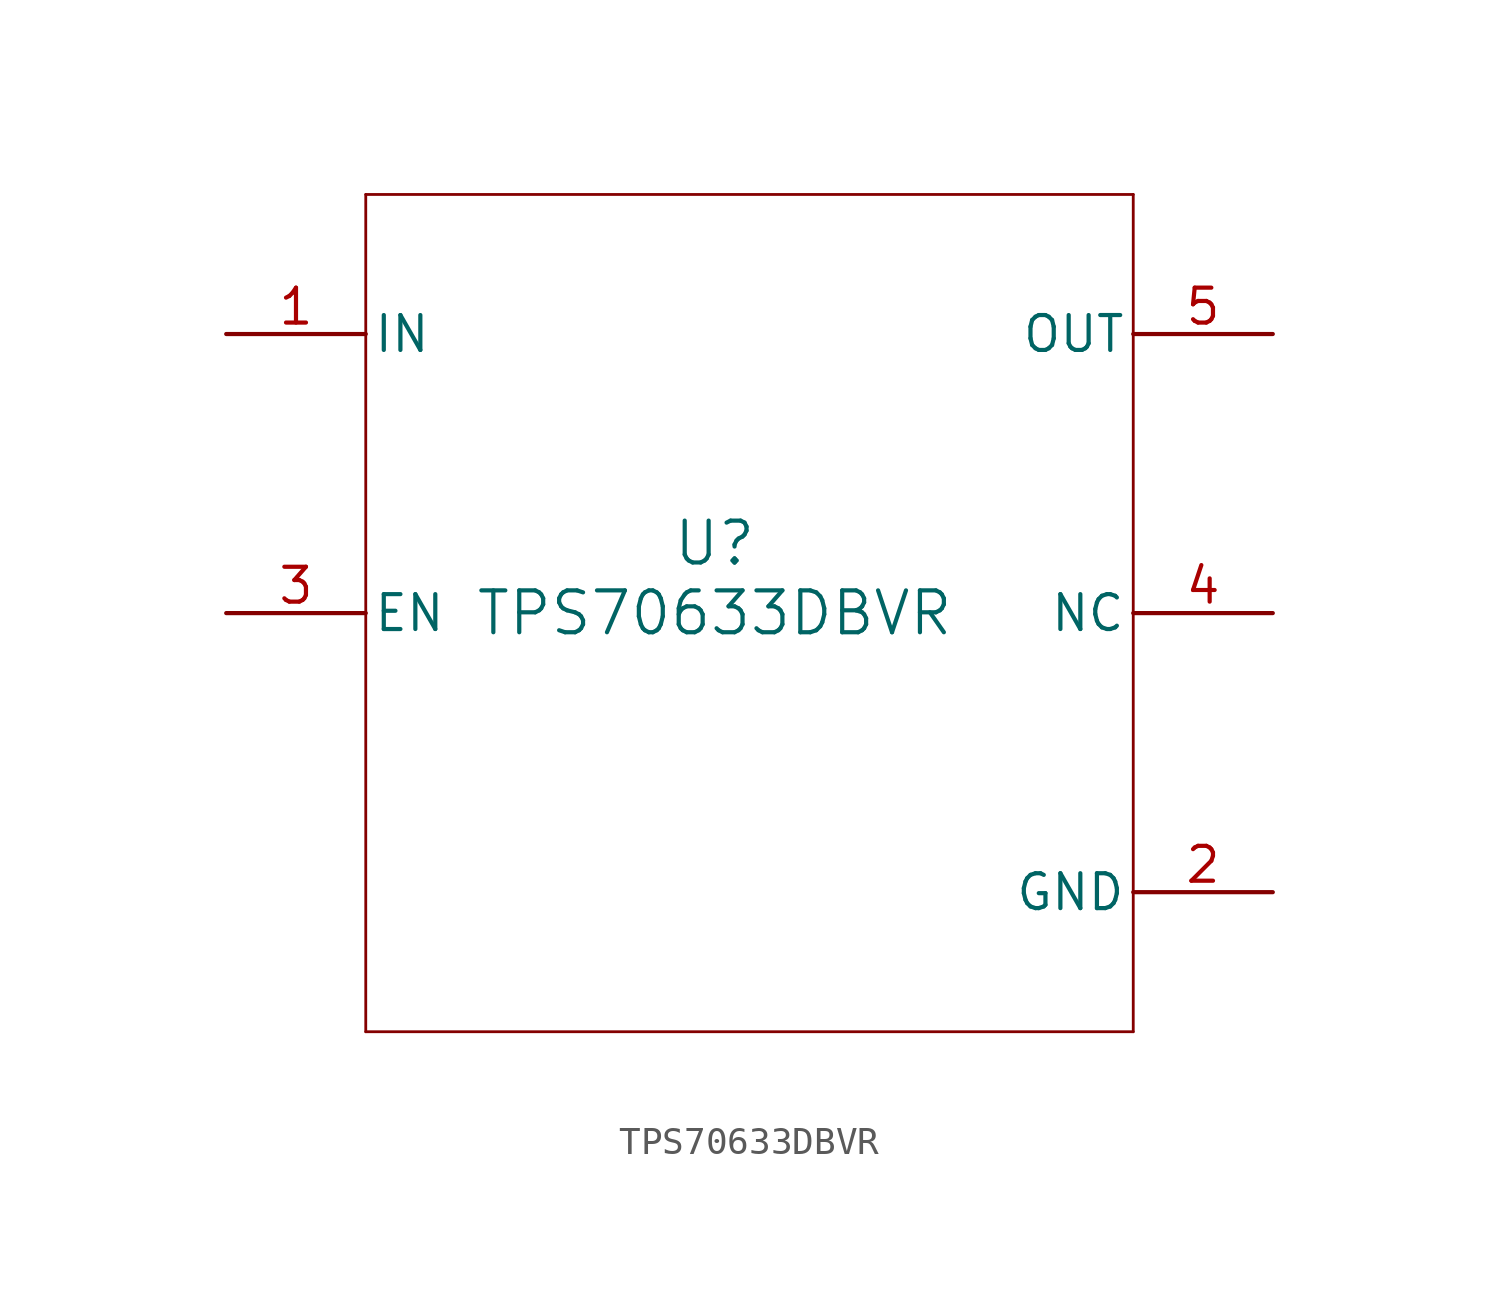
<source format=kicad_sym>
(kicad_symbol_lib
  (version 20211014)
  (generator kicad_symbol_editor)
  (symbol "TPS70633DBVR"
    (pin_names
      (offset 0.254))
    (property "Reference" "U"
      (at 0 2.54 0)
      (effects (font (size 1.524 1.524))))
    (property "Value" "TPS70633DBVR"
      (at 0 0 0)
      (effects (font (size 1.524 1.524))))
    (symbol "TPS70633DBVR_0_1"
      (polyline (pts (xy -12.7 -15.24) (xy 15.24 -15.24)) (stroke (width 0.102) (type default) (color 0 0 0 0)) (fill (type none)))
      (polyline (pts (xy 15.24 -15.24) (xy 15.24 15.24)) (stroke (width 0.102) (type default) (color 0 0 0 0)) (fill (type none)))
      (polyline (pts (xy 15.24 15.24) (xy -12.7 15.24)) (stroke (width 0.102) (type default) (color 0 0 0 0)) (fill (type none)))
      (polyline (pts (xy -12.7 15.24) (xy -12.7 -15.24)) (stroke (width 0.102) (type default) (color 0 0 0 0)) (fill (type none)))
      (pin power_in line (at -17.78 10.16 0) (length 5.08) (name "IN" (effects (font (size 1.27 1.27)))) (number "1" (effects (font (size 1.27 1.27)))))
      (pin power_in line (at 20.32 -10.16 180) (length 5.08) (name "GND" (effects (font (size 1.27 1.27)))) (number "2" (effects (font (size 1.27 1.27)))))
      (pin input line (at -17.78 0 0) (length 5.08) (name "EN" (effects (font (size 1.27 1.27)))) (number "3" (effects (font (size 1.27 1.27)))))
      (pin unspecified line (at 20.32 0 180) (length 5.08) (name "NC" (effects (font (size 1.27 1.27)))) (number "4" (effects (font (size 1.27 1.27)))))
      (pin power_in line (at 20.32 10.16 180) (length 5.08) (name "OUT" (effects (font (size 1.27 1.27)))) (number "5" (effects (font (size 1.27 1.27))))))))
</source>
